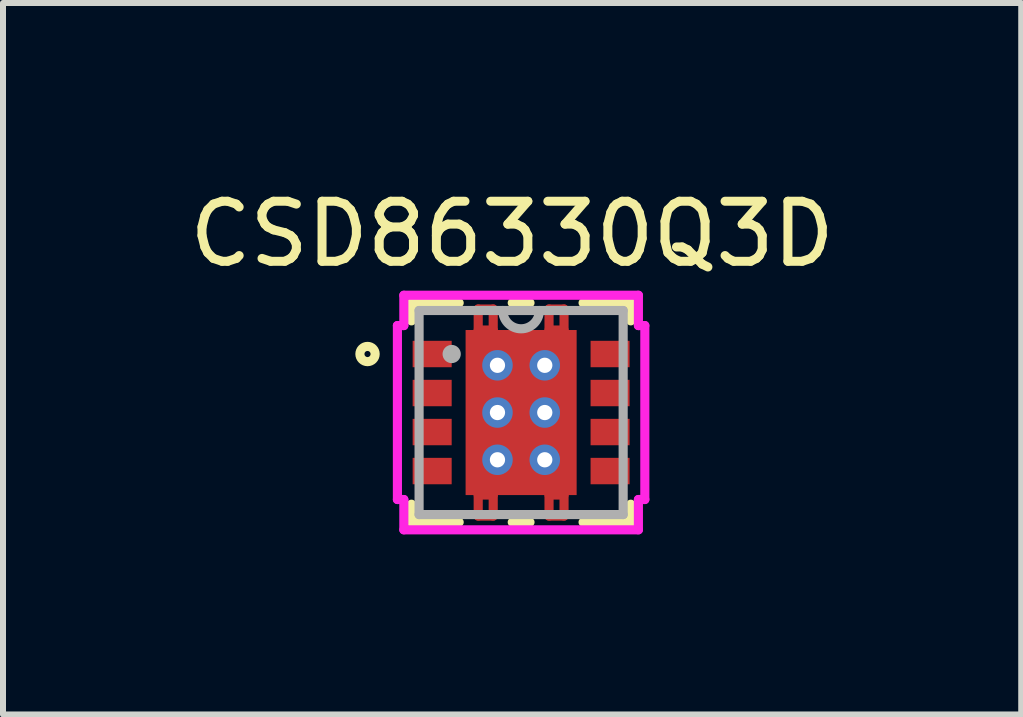
<source format=kicad_pcb>
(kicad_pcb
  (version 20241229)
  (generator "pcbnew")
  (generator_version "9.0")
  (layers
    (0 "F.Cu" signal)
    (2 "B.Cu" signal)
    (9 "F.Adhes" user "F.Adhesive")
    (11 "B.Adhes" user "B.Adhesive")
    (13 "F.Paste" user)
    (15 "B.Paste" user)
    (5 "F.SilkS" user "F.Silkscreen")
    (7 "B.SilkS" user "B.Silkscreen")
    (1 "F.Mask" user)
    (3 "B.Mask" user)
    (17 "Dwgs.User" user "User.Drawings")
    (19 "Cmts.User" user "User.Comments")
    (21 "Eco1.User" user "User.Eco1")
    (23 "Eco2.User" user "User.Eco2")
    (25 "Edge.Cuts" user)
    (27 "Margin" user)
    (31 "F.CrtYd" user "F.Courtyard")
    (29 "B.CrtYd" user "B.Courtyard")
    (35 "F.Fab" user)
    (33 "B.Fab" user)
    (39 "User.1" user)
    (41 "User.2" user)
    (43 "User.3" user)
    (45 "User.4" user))
  (footprint "CSD86330Q3D"
    (layer "F.Cu")
    (at 5.632 3.823)
    (property "Reference" "CSD86330Q3D" (at -0.15 -2.975 0) (layer "F.SilkS") (effects (font (size 1 1) (thickness 0.15))))
    (attr through_hole)
    (fp_line (start -0.715 -1.725) (end -0.715 -1.375) (stroke (width 0.152) (type solid)) (layer "F.Cu"))
    (fp_line (start -0.715 -1.375) (end -0.465 -1.375) (stroke (width 0.152) (type solid)) (layer "F.Cu"))
    (fp_line (start -0.715 1.375) (end -0.465 1.375) (stroke (width 0.152) (type solid)) (layer "F.Cu"))
    (fp_line (start -0.715 1.725) (end -0.715 1.375) (stroke (width 0.152) (type solid)) (layer "F.Cu"))
    (fp_line (start -0.465 -1.725) (end -0.715 -1.725) (stroke (width 0.152) (type solid)) (layer "F.Cu"))
    (fp_line (start -0.465 -1.375) (end -0.465 -1.725) (stroke (width 0.152) (type solid)) (layer "F.Cu"))
    (fp_line (start -0.465 1.375) (end -0.465 1.725) (stroke (width 0.152) (type solid)) (layer "F.Cu"))
    (fp_line (start -0.465 1.725) (end -0.715 1.725) (stroke (width 0.152) (type solid)) (layer "F.Cu"))
    (fp_line (start 0.465 -1.725) (end 0.715 -1.725) (stroke (width 0.152) (type solid)) (layer "F.Cu"))
    (fp_line (start 0.465 -1.375) (end 0.465 -1.725) (stroke (width 0.152) (type solid)) (layer "F.Cu"))
    (fp_line (start 0.465 1.375) (end 0.465 1.725) (stroke (width 0.152) (type solid)) (layer "F.Cu"))
    (fp_line (start 0.465 1.725) (end 0.715 1.725) (stroke (width 0.152) (type solid)) (layer "F.Cu"))
    (fp_line (start 0.715 -1.725) (end 0.715 -1.375) (stroke (width 0.152) (type solid)) (layer "F.Cu"))
    (fp_line (start 0.715 -1.375) (end 0.465 -1.375) (stroke (width 0.152) (type solid)) (layer "F.Cu"))
    (fp_line (start 0.715 1.375) (end 0.465 1.375) (stroke (width 0.152) (type solid)) (layer "F.Cu"))
    (fp_line (start 0.715 1.725) (end 0.715 1.375) (stroke (width 0.152) (type solid)) (layer "F.Cu"))
    (fp_line (start -0.989 -1.438) (end -0.594 -1.438) (stroke (width 0.152) (type solid)) (layer "F.Mask"))
    (fp_line (start -0.989 -1.438) (end 0.989 -1.438) (stroke (width 0.152) (type solid)) (layer "F.Mask"))
    (fp_line (start -0.989 -0.987) (end -0.989 -1.438) (stroke (width 0.152) (type solid)) (layer "F.Mask"))
    (fp_line (start -0.989 -0.587) (end 0.989 -0.587) (stroke (width 0.152) (type solid)) (layer "F.Mask"))
    (fp_line (start -0.989 -0.2) (end -0.989 -0.587) (stroke (width 0.152) (type solid)) (layer "F.Mask"))
    (fp_line (start -0.989 0.2) (end 0.989 0.2) (stroke (width 0.152) (type solid)) (layer "F.Mask"))
    (fp_line (start -0.989 0.587) (end -0.989 0.2) (stroke (width 0.152) (type solid)) (layer "F.Mask"))
    (fp_line (start -0.989 0.987) (end 0.989 0.987) (stroke (width 0.152) (type solid)) (layer "F.Mask"))
    (fp_line (start -0.989 1.438) (end -0.989 -1.438) (stroke (width 0.152) (type solid)) (layer "F.Mask"))
    (fp_line (start -0.989 1.438) (end -0.989 0.987) (stroke (width 0.152) (type solid)) (layer "F.Mask"))
    (fp_line (start -0.715 -1.725) (end -0.715 -1.375) (stroke (width 0.152) (type solid)) (layer "F.Mask"))
    (fp_line (start -0.715 -1.375) (end -0.465 -1.375) (stroke (width 0.152) (type solid)) (layer "F.Mask"))
    (fp_line (start -0.715 1.375) (end -0.465 1.375) (stroke (width 0.152) (type solid)) (layer "F.Mask"))
    (fp_line (start -0.715 1.725) (end -0.715 1.375) (stroke (width 0.152) (type solid)) (layer "F.Mask"))
    (fp_line (start -0.594 -1.438) (end -0.594 1.438) (stroke (width 0.152) (type solid)) (layer "F.Mask"))
    (fp_line (start -0.594 1.438) (end -0.989 1.438) (stroke (width 0.152) (type solid)) (layer "F.Mask"))
    (fp_line (start -0.465 -1.725) (end -0.715 -1.725) (stroke (width 0.152) (type solid)) (layer "F.Mask"))
    (fp_line (start -0.465 -1.375) (end -0.465 -1.725) (stroke (width 0.152) (type solid)) (layer "F.Mask"))
    (fp_line (start -0.465 1.375) (end -0.465 1.725) (stroke (width 0.152) (type solid)) (layer "F.Mask"))
    (fp_line (start -0.465 1.725) (end -0.715 1.725) (stroke (width 0.152) (type solid)) (layer "F.Mask"))
    (fp_line (start -0.194 -1.438) (end -0.194 1.438) (stroke (width 0.152) (type solid)) (layer "F.Mask"))
    (fp_line (start -0.194 1.438) (end 0.194 1.438) (stroke (width 0.152) (type solid)) (layer "F.Mask"))
    (fp_line (start 0.194 -1.438) (end -0.194 -1.438) (stroke (width 0.152) (type solid)) (layer "F.Mask"))
    (fp_line (start 0.194 1.438) (end 0.194 -1.438) (stroke (width 0.152) (type solid)) (layer "F.Mask"))
    (fp_line (start 0.465 -1.725) (end 0.715 -1.725) (stroke (width 0.152) (type solid)) (layer "F.Mask"))
    (fp_line (start 0.465 -1.375) (end 0.465 -1.725) (stroke (width 0.152) (type solid)) (layer "F.Mask"))
    (fp_line (start 0.465 1.375) (end 0.465 1.725) (stroke (width 0.152) (type solid)) (layer "F.Mask"))
    (fp_line (start 0.465 1.725) (end 0.715 1.725) (stroke (width 0.152) (type solid)) (layer "F.Mask"))
    (fp_line (start 0.594 -1.438) (end 0.989 -1.438) (stroke (width 0.152) (type solid)) (layer "F.Mask"))
    (fp_line (start 0.594 1.438) (end 0.594 -1.438) (stroke (width 0.152) (type solid)) (layer "F.Mask"))
    (fp_line (start 0.715 -1.725) (end 0.715 -1.375) (stroke (width 0.152) (type solid)) (layer "F.Mask"))
    (fp_line (start 0.715 -1.375) (end 0.465 -1.375) (stroke (width 0.152) (type solid)) (layer "F.Mask"))
    (fp_line (start 0.715 1.375) (end 0.465 1.375) (stroke (width 0.152) (type solid)) (layer "F.Mask"))
    (fp_line (start 0.715 1.725) (end 0.715 1.375) (stroke (width 0.152) (type solid)) (layer "F.Mask"))
    (fp_line (start 0.989 -1.438) (end 0.989 -0.987) (stroke (width 0.152) (type solid)) (layer "F.Mask"))
    (fp_line (start 0.989 -1.438) (end 0.989 1.438) (stroke (width 0.152) (type solid)) (layer "F.Mask"))
    (fp_line (start 0.989 -0.987) (end -0.989 -0.987) (stroke (width 0.152) (type solid)) (layer "F.Mask"))
    (fp_line (start 0.989 -0.587) (end 0.989 -0.2) (stroke (width 0.152) (type solid)) (layer "F.Mask"))
    (fp_line (start 0.989 -0.2) (end -0.989 -0.2) (stroke (width 0.152) (type solid)) (layer "F.Mask"))
    (fp_line (start 0.989 0.2) (end 0.989 0.587) (stroke (width 0.152) (type solid)) (layer "F.Mask"))
    (fp_line (start 0.989 0.587) (end -0.989 0.587) (stroke (width 0.152) (type solid)) (layer "F.Mask"))
    (fp_line (start 0.989 0.987) (end 0.989 1.438) (stroke (width 0.152) (type solid)) (layer "F.Mask"))
    (fp_line (start 0.989 1.438) (end -0.989 1.438) (stroke (width 0.152) (type solid)) (layer "F.Mask"))
    (fp_line (start 0.989 1.438) (end 0.594 1.438) (stroke (width 0.152) (type solid)) (layer "F.Mask"))
    (fp_line (start -1.827 -1.827) (end -1.827 -1.527) (stroke (width 0.152) (type solid)) (layer "F.SilkS"))
    (fp_line (start -1.827 1.527) (end -1.827 1.827) (stroke (width 0.152) (type solid)) (layer "F.SilkS"))
    (fp_line (start -1.827 1.827) (end -1.032 1.827) (stroke (width 0.152) (type solid)) (layer "F.SilkS"))
    (fp_line (start -1.032 -1.827) (end -1.827 -1.827) (stroke (width 0.152) (type solid)) (layer "F.SilkS"))
    (fp_line (start -0.148 1.827) (end 0.148 1.827) (stroke (width 0.152) (type solid)) (layer "F.SilkS"))
    (fp_line (start 0.148 -1.827) (end -0.148 -1.827) (stroke (width 0.152) (type solid)) (layer "F.SilkS"))
    (fp_line (start 1.032 1.827) (end 1.827 1.827) (stroke (width 0.152) (type solid)) (layer "F.SilkS"))
    (fp_line (start 1.827 -1.827) (end 1.032 -1.827) (stroke (width 0.152) (type solid)) (layer "F.SilkS"))
    (fp_line (start 1.827 -1.527) (end 1.827 -1.827) (stroke (width 0.152) (type solid)) (layer "F.SilkS"))
    (fp_line (start 1.827 1.827) (end 1.827 1.527) (stroke (width 0.152) (type solid)) (layer "F.SilkS"))
    (fp_circle (center -2.559 -0.975) (end -2.432 -0.975) (stroke (width 0.152) (type solid)) (fill no) (layer "F.SilkS"))
    (fp_line (start -0.85 -1.3) (end -0.85 -0.887) (stroke (width 0.152) (type solid)) (layer "F.Paste"))
    (fp_line (start -0.85 -0.887) (end -0.635 -0.887) (stroke (width 0.152) (type solid)) (layer "F.Paste"))
    (fp_line (start -0.85 -0.687) (end -0.85 -0.1) (stroke (width 0.152) (type solid)) (layer "F.Paste"))
    (fp_line (start -0.85 -0.1) (end -0.635 -0.1) (stroke (width 0.152) (type solid)) (layer "F.Paste"))
    (fp_line (start -0.85 0.1) (end -0.85 0.687) (stroke (width 0.152) (type solid)) (layer "F.Paste"))
    (fp_line (start -0.85 0.687) (end -0.635 0.687) (stroke (width 0.152) (type solid)) (layer "F.Paste"))
    (fp_line (start -0.85 0.887) (end -0.85 1.3) (stroke (width 0.152) (type solid)) (layer "F.Paste"))
    (fp_line (start -0.85 1.3) (end -0.494 1.3) (stroke (width 0.152) (type solid)) (layer "F.Paste"))
    (fp_line (start -0.664 -1.674) (end -0.664 -1.426) (stroke (width 0.152) (type solid)) (layer "F.Paste"))
    (fp_line (start -0.664 -1.426) (end -0.516 -1.426) (stroke (width 0.152) (type solid)) (layer "F.Paste"))
    (fp_line (start -0.664 1.426) (end -0.516 1.426) (stroke (width 0.152) (type solid)) (layer "F.Paste"))
    (fp_line (start -0.664 1.674) (end -0.664 1.426) (stroke (width 0.152) (type solid)) (layer "F.Paste"))
    (fp_line (start -0.635 -0.887) (end -0.635 -0.887) (stroke (width 0.152) (type solid)) (layer "F.Paste"))
    (fp_line (start -0.635 -0.887) (end -0.494 -1.029) (stroke (width 0.152) (type solid)) (layer "F.Paste"))
    (fp_line (start -0.635 -0.687) (end -0.85 -0.687) (stroke (width 0.152) (type solid)) (layer "F.Paste"))
    (fp_line (start -0.635 -0.687) (end -0.635 -0.687) (stroke (width 0.152) (type solid)) (layer "F.Paste"))
    (fp_line (start -0.635 -0.1) (end -0.635 -0.1) (stroke (width 0.152) (type solid)) (layer "F.Paste"))
    (fp_line (start -0.635 -0.1) (end -0.494 -0.241) (stroke (width 0.152) (type solid)) (layer "F.Paste"))
    (fp_line (start -0.635 0.1) (end -0.85 0.1) (stroke (width 0.152) (type solid)) (layer "F.Paste"))
    (fp_line (start -0.635 0.1) (end -0.635 0.1) (stroke (width 0.152) (type solid)) (layer "F.Paste"))
    (fp_line (start -0.635 0.687) (end -0.635 0.687) (stroke (width 0.152) (type solid)) (layer "F.Paste"))
    (fp_line (start -0.635 0.687) (end -0.494 0.546) (stroke (width 0.152) (type solid)) (layer "F.Paste"))
    (fp_line (start -0.635 0.887) (end -0.85 0.887) (stroke (width 0.152) (type solid)) (layer "F.Paste"))
    (fp_line (start -0.635 0.887) (end -0.635 0.887) (stroke (width 0.152) (type solid)) (layer "F.Paste"))
    (fp_line (start -0.516 -1.674) (end -0.664 -1.674) (stroke (width 0.152) (type solid)) (layer "F.Paste"))
    (fp_line (start -0.516 -1.426) (end -0.516 -1.674) (stroke (width 0.152) (type solid)) (layer "F.Paste"))
    (fp_line (start -0.516 1.426) (end -0.516 1.674) (stroke (width 0.152) (type solid)) (layer "F.Paste"))
    (fp_line (start -0.516 1.674) (end -0.664 1.674) (stroke (width 0.152) (type solid)) (layer "F.Paste"))
    (fp_line (start -0.494 -1.3) (end -0.85 -1.3) (stroke (width 0.152) (type solid)) (layer "F.Paste"))
    (fp_line (start -0.494 -1.029) (end -0.494 -1.3) (stroke (width 0.152) (type solid)) (layer "F.Paste"))
    (fp_line (start -0.494 -1.029) (end -0.494 -1.029) (stroke (width 0.152) (type solid)) (layer "F.Paste"))
    (fp_line (start -0.494 -0.546) (end -0.635 -0.687) (stroke (width 0.152) (type solid)) (layer "F.Paste"))
    (fp_line (start -0.494 -0.546) (end -0.494 -0.546) (stroke (width 0.152) (type solid)) (layer "F.Paste"))
    (fp_line (start -0.494 -0.241) (end -0.494 -0.546) (stroke (width 0.152) (type solid)) (layer "F.Paste"))
    (fp_line (start -0.494 -0.241) (end -0.494 -0.241) (stroke (width 0.152) (type solid)) (layer "F.Paste"))
    (fp_line (start -0.494 0.241) (end -0.635 0.1) (stroke (width 0.152) (type solid)) (layer "F.Paste"))
    (fp_line (start -0.494 0.241) (end -0.494 0.241) (stroke (width 0.152) (type solid)) (layer "F.Paste"))
    (fp_line (start -0.494 0.546) (end -0.494 0.241) (stroke (width 0.152) (type solid)) (layer "F.Paste"))
    (fp_line (start -0.494 0.546) (end -0.494 0.546) (stroke (width 0.152) (type solid)) (layer "F.Paste"))
    (fp_line (start -0.494 1.029) (end -0.635 0.887) (stroke (width 0.152) (type solid)) (layer "F.Paste"))
    (fp_line (start -0.494 1.029) (end -0.494 1.029) (stroke (width 0.152) (type solid)) (layer "F.Paste"))
    (fp_line (start -0.494 1.3) (end -0.494 1.029) (stroke (width 0.152) (type solid)) (layer "F.Paste"))
    (fp_line (start -0.294 -1.3) (end -0.294 -1.029) (stroke (width 0.152) (type solid)) (layer "F.Paste"))
    (fp_line (start -0.294 -1.029) (end -0.294 -1.029) (stroke (width 0.152) (type solid)) (layer "F.Paste"))
    (fp_line (start -0.294 -1.029) (end -0.152 -0.887) (stroke (width 0.152) (type solid)) (layer "F.Paste"))
    (fp_line (start -0.294 -0.546) (end -0.294 -0.546) (stroke (width 0.152) (type solid)) (layer "F.Paste"))
    (fp_line (start -0.294 -0.546) (end -0.294 -0.241) (stroke (width 0.152) (type solid)) (layer "F.Paste"))
    (fp_line (start -0.294 -0.241) (end -0.294 -0.241) (stroke (width 0.152) (type solid)) (layer "F.Paste"))
    (fp_line (start -0.294 -0.241) (end -0.152 -0.1) (stroke (width 0.152) (type solid)) (layer "F.Paste"))
    (fp_line (start -0.294 0.241) (end -0.294 0.241) (stroke (width 0.152) (type solid)) (layer "F.Paste"))
    (fp_line (start -0.294 0.241) (end -0.294 0.546) (stroke (width 0.152) (type solid)) (layer "F.Paste"))
    (fp_line (start -0.294 0.546) (end -0.294 0.546) (stroke (width 0.152) (type solid)) (layer "F.Paste"))
    (fp_line (start -0.294 0.546) (end -0.152 0.687) (stroke (width 0.152) (type solid)) (layer "F.Paste"))
    (fp_line (start -0.294 1.029) (end -0.294 1.029) (stroke (width 0.152) (type solid)) (layer "F.Paste"))
    (fp_line (start -0.294 1.029) (end -0.294 1.3) (stroke (width 0.152) (type solid)) (layer "F.Paste"))
    (fp_line (start -0.294 1.3) (end 0.294 1.3) (stroke (width 0.152) (type solid)) (layer "F.Paste"))
    (fp_line (start -0.152 -0.887) (end -0.152 -0.887) (stroke (width 0.152) (type solid)) (layer "F.Paste"))
    (fp_line (start -0.152 -0.887) (end 0.152 -0.887) (stroke (width 0.152) (type solid)) (layer "F.Paste"))
    (fp_line (start -0.152 -0.687) (end -0.294 -0.546) (stroke (width 0.152) (type solid)) (layer "F.Paste"))
    (fp_line (start -0.152 -0.687) (end -0.152 -0.687) (stroke (width 0.152) (type solid)) (layer "F.Paste"))
    (fp_line (start -0.152 -0.1) (end -0.152 -0.1) (stroke (width 0.152) (type solid)) (layer "F.Paste"))
    (fp_line (start -0.152 -0.1) (end 0.152 -0.1) (stroke (width 0.152) (type solid)) (layer "F.Paste"))
    (fp_line (start -0.152 0.1) (end -0.294 0.241) (stroke (width 0.152) (type solid)) (layer "F.Paste"))
    (fp_line (start -0.152 0.1) (end -0.152 0.1) (stroke (width 0.152) (type solid)) (layer "F.Paste"))
    (fp_line (start -0.152 0.687) (end -0.152 0.687) (stroke (width 0.152) (type solid)) (layer "F.Paste"))
    (fp_line (start -0.152 0.687) (end 0.152 0.687) (stroke (width 0.152) (type solid)) (layer "F.Paste"))
    (fp_line (start -0.152 0.887) (end -0.294 1.029) (stroke (width 0.152) (type solid)) (layer "F.Paste"))
    (fp_line (start -0.152 0.887) (end -0.152 0.887) (stroke (width 0.152) (type solid)) (layer "F.Paste"))
    (fp_line (start 0.152 -0.887) (end 0.152 -0.887) (stroke (width 0.152) (type solid)) (layer "F.Paste"))
    (fp_line (start 0.152 -0.887) (end 0.294 -1.029) (stroke (width 0.152) (type solid)) (layer "F.Paste"))
    (fp_line (start 0.152 -0.687) (end -0.152 -0.687) (stroke (width 0.152) (type solid)) (layer "F.Paste"))
    (fp_line (start 0.152 -0.687) (end 0.152 -0.687) (stroke (width 0.152) (type solid)) (layer "F.Paste"))
    (fp_line (start 0.152 -0.1) (end 0.152 -0.1) (stroke (width 0.152) (type solid)) (layer "F.Paste"))
    (fp_line (start 0.152 -0.1) (end 0.294 -0.241) (stroke (width 0.152) (type solid)) (layer "F.Paste"))
    (fp_line (start 0.152 0.1) (end -0.152 0.1) (stroke (width 0.152) (type solid)) (layer "F.Paste"))
    (fp_line (start 0.152 0.1) (end 0.152 0.1) (stroke (width 0.152) (type solid)) (layer "F.Paste"))
    (fp_line (start 0.152 0.687) (end 0.152 0.687) (stroke (width 0.152) (type solid)) (layer "F.Paste"))
    (fp_line (start 0.152 0.687) (end 0.294 0.546) (stroke (width 0.152) (type solid)) (layer "F.Paste"))
    (fp_line (start 0.152 0.887) (end -0.152 0.887) (stroke (width 0.152) (type solid)) (layer "F.Paste"))
    (fp_line (start 0.152 0.887) (end 0.152 0.887) (stroke (width 0.152) (type solid)) (layer "F.Paste"))
    (fp_line (start 0.294 -1.3) (end -0.294 -1.3) (stroke (width 0.152) (type solid)) (layer "F.Paste"))
    (fp_line (start 0.294 -1.029) (end 0.294 -1.3) (stroke (width 0.152) (type solid)) (layer "F.Paste"))
    (fp_line (start 0.294 -1.029) (end 0.294 -1.029) (stroke (width 0.152) (type solid)) (layer "F.Paste"))
    (fp_line (start 0.294 -0.546) (end 0.152 -0.687) (stroke (width 0.152) (type solid)) (layer "F.Paste"))
    (fp_line (start 0.294 -0.546) (end 0.294 -0.546) (stroke (width 0.152) (type solid)) (layer "F.Paste"))
    (fp_line (start 0.294 -0.241) (end 0.294 -0.546) (stroke (width 0.152) (type solid)) (layer "F.Paste"))
    (fp_line (start 0.294 -0.241) (end 0.294 -0.241) (stroke (width 0.152) (type solid)) (layer "F.Paste"))
    (fp_line (start 0.294 0.241) (end 0.152 0.1) (stroke (width 0.152) (type solid)) (layer "F.Paste"))
    (fp_line (start 0.294 0.241) (end 0.294 0.241) (stroke (width 0.152) (type solid)) (layer "F.Paste"))
    (fp_line (start 0.294 0.546) (end 0.294 0.241) (stroke (width 0.152) (type solid)) (layer "F.Paste"))
    (fp_line (start 0.294 0.546) (end 0.294 0.546) (stroke (width 0.152) (type solid)) (layer "F.Paste"))
    (fp_line (start 0.294 1.029) (end 0.152 0.887) (stroke (width 0.152) (type solid)) (layer "F.Paste"))
    (fp_line (start 0.294 1.029) (end 0.294 1.029) (stroke (width 0.152) (type solid)) (layer "F.Paste"))
    (fp_line (start 0.294 1.3) (end 0.294 1.029) (stroke (width 0.152) (type solid)) (layer "F.Paste"))
    (fp_line (start 0.494 -1.3) (end 0.494 -1.029) (stroke (width 0.152) (type solid)) (layer "F.Paste"))
    (fp_line (start 0.494 -1.029) (end 0.494 -1.029) (stroke (width 0.152) (type solid)) (layer "F.Paste"))
    (fp_line (start 0.494 -1.029) (end 0.635 -0.887) (stroke (width 0.152) (type solid)) (layer "F.Paste"))
    (fp_line (start 0.494 -0.546) (end 0.494 -0.546) (stroke (width 0.152) (type solid)) (layer "F.Paste"))
    (fp_line (start 0.494 -0.546) (end 0.494 -0.241) (stroke (width 0.152) (type solid)) (layer "F.Paste"))
    (fp_line (start 0.494 -0.241) (end 0.494 -0.241) (stroke (width 0.152) (type solid)) (layer "F.Paste"))
    (fp_line (start 0.494 -0.241) (end 0.635 -0.1) (stroke (width 0.152) (type solid)) (layer "F.Paste"))
    (fp_line (start 0.494 0.241) (end 0.494 0.241) (stroke (width 0.152) (type solid)) (layer "F.Paste"))
    (fp_line (start 0.494 0.241) (end 0.494 0.546) (stroke (width 0.152) (type solid)) (layer "F.Paste"))
    (fp_line (start 0.494 0.546) (end 0.494 0.546) (stroke (width 0.152) (type solid)) (layer "F.Paste"))
    (fp_line (start 0.494 0.546) (end 0.635 0.687) (stroke (width 0.152) (type solid)) (layer "F.Paste"))
    (fp_line (start 0.494 1.029) (end 0.494 1.029) (stroke (width 0.152) (type solid)) (layer "F.Paste"))
    (fp_line (start 0.494 1.029) (end 0.494 1.3) (stroke (width 0.152) (type solid)) (layer "F.Paste"))
    (fp_line (start 0.494 1.3) (end 0.85 1.3) (stroke (width 0.152) (type solid)) (layer "F.Paste"))
    (fp_line (start 0.516 -1.674) (end 0.664 -1.674) (stroke (width 0.152) (type solid)) (layer "F.Paste"))
    (fp_line (start 0.516 -1.426) (end 0.516 -1.674) (stroke (width 0.152) (type solid)) (layer "F.Paste"))
    (fp_line (start 0.516 1.426) (end 0.516 1.674) (stroke (width 0.152) (type solid)) (layer "F.Paste"))
    (fp_line (start 0.516 1.674) (end 0.664 1.674) (stroke (width 0.152) (type solid)) (layer "F.Paste"))
    (fp_line (start 0.635 -0.887) (end 0.635 -0.887) (stroke (width 0.152) (type solid)) (layer "F.Paste"))
    (fp_line (start 0.635 -0.887) (end 0.85 -0.887) (stroke (width 0.152) (type solid)) (layer "F.Paste"))
    (fp_line (start 0.635 -0.687) (end 0.494 -0.546) (stroke (width 0.152) (type solid)) (layer "F.Paste"))
    (fp_line (start 0.635 -0.687) (end 0.635 -0.687) (stroke (width 0.152) (type solid)) (layer "F.Paste"))
    (fp_line (start 0.635 -0.1) (end 0.635 -0.1) (stroke (width 0.152) (type solid)) (layer "F.Paste"))
    (fp_line (start 0.635 -0.1) (end 0.85 -0.1) (stroke (width 0.152) (type solid)) (layer "F.Paste"))
    (fp_line (start 0.635 0.1) (end 0.494 0.241) (stroke (width 0.152) (type solid)) (layer "F.Paste"))
    (fp_line (start 0.635 0.1) (end 0.635 0.1) (stroke (width 0.152) (type solid)) (layer "F.Paste"))
    (fp_line (start 0.635 0.687) (end 0.635 0.687) (stroke (width 0.152) (type solid)) (layer "F.Paste"))
    (fp_line (start 0.635 0.687) (end 0.85 0.687) (stroke (width 0.152) (type solid)) (layer "F.Paste"))
    (fp_line (start 0.635 0.887) (end 0.494 1.029) (stroke (width 0.152) (type solid)) (layer "F.Paste"))
    (fp_line (start 0.635 0.887) (end 0.635 0.887) (stroke (width 0.152) (type solid)) (layer "F.Paste"))
    (fp_line (start 0.664 -1.674) (end 0.664 -1.426) (stroke (width 0.152) (type solid)) (layer "F.Paste"))
    (fp_line (start 0.664 -1.426) (end 0.516 -1.426) (stroke (width 0.152) (type solid)) (layer "F.Paste"))
    (fp_line (start 0.664 1.426) (end 0.516 1.426) (stroke (width 0.152) (type solid)) (layer "F.Paste"))
    (fp_line (start 0.664 1.674) (end 0.664 1.426) (stroke (width 0.152) (type solid)) (layer "F.Paste"))
    (fp_line (start 0.85 -1.3) (end 0.494 -1.3) (stroke (width 0.152) (type solid)) (layer "F.Paste"))
    (fp_line (start 0.85 -0.887) (end 0.85 -1.3) (stroke (width 0.152) (type solid)) (layer "F.Paste"))
    (fp_line (start 0.85 -0.687) (end 0.635 -0.687) (stroke (width 0.152) (type solid)) (layer "F.Paste"))
    (fp_line (start 0.85 -0.1) (end 0.85 -0.687) (stroke (width 0.152) (type solid)) (layer "F.Paste"))
    (fp_line (start 0.85 0.1) (end 0.635 0.1) (stroke (width 0.152) (type solid)) (layer "F.Paste"))
    (fp_line (start 0.85 0.687) (end 0.85 0.1) (stroke (width 0.152) (type solid)) (layer "F.Paste"))
    (fp_line (start 0.85 0.887) (end 0.635 0.887) (stroke (width 0.152) (type solid)) (layer "F.Paste"))
    (fp_line (start 0.85 1.3) (end 0.85 0.887) (stroke (width 0.152) (type solid)) (layer "F.Paste"))
    (fp_line (start -2.061 -1.449) (end -1.954 -1.449) (stroke (width 0.152) (type solid)) (layer "F.CrtYd"))
    (fp_line (start -2.061 1.449) (end -2.061 -1.449) (stroke (width 0.152) (type solid)) (layer "F.CrtYd"))
    (fp_line (start -1.954 -1.954) (end 1.954 -1.954) (stroke (width 0.152) (type solid)) (layer "F.CrtYd"))
    (fp_line (start -1.954 -1.449) (end -1.954 -1.954) (stroke (width 0.152) (type solid)) (layer "F.CrtYd"))
    (fp_line (start -1.954 1.449) (end -2.061 1.449) (stroke (width 0.152) (type solid)) (layer "F.CrtYd"))
    (fp_line (start -1.954 1.954) (end -1.954 1.449) (stroke (width 0.152) (type solid)) (layer "F.CrtYd"))
    (fp_line (start 1.954 -1.954) (end 1.954 -1.449) (stroke (width 0.152) (type solid)) (layer "F.CrtYd"))
    (fp_line (start 1.954 -1.449) (end 2.061 -1.449) (stroke (width 0.152) (type solid)) (layer "F.CrtYd"))
    (fp_line (start 1.954 1.449) (end 1.954 1.954) (stroke (width 0.152) (type solid)) (layer "F.CrtYd"))
    (fp_line (start 1.954 1.954) (end -1.954 1.954) (stroke (width 0.152) (type solid)) (layer "F.CrtYd"))
    (fp_line (start 2.061 -1.449) (end 2.061 1.449) (stroke (width 0.152) (type solid)) (layer "F.CrtYd"))
    (fp_line (start 2.061 1.449) (end 1.954 1.449) (stroke (width 0.152) (type solid)) (layer "F.CrtYd"))
    (fp_line (start -1.7 -1.7) (end -1.7 1.7) (stroke (width 0.152) (type solid)) (layer "F.Fab"))
    (fp_line (start -1.7 1.7) (end 1.7 1.7) (stroke (width 0.152) (type solid)) (layer "F.Fab"))
    (fp_line (start 1.7 -1.7) (end -1.7 -1.7) (stroke (width 0.152) (type solid)) (layer "F.Fab"))
    (fp_line (start 1.7 1.7) (end 1.7 -1.7) (stroke (width 0.152) (type solid)) (layer "F.Fab"))
    (fp_arc (start 0.3048 -1.7) (mid 0 -1.3952) (end -0.3048 -1.7) (stroke (width 0.1524) (type solid)) (layer "F.Fab"))
    (fp_circle (center -1.157 -0.975) (end -1.081 -0.975) (stroke (width 0.152) (type solid)) (fill no) (layer "F.Fab"))
    (pad "1" smd rect (at -1.482 -0.975) (size 0.65 0.44) (layers "F.Cu" "F.Mask" "F.Paste"))
    (pad "2" smd rect (at -1.482 -0.325) (size 0.65 0.44) (layers "F.Cu" "F.Mask" "F.Paste"))
    (pad "3" smd rect (at -1.482 0.325) (size 0.65 0.44) (layers "F.Cu" "F.Mask" "F.Paste"))
    (pad "4" smd rect (at -1.482 0.975) (size 0.65 0.44) (layers "F.Cu" "F.Mask" "F.Paste"))
    (pad "5" smd rect (at 1.482 0.975) (size 0.65 0.44) (layers "F.Cu" "F.Mask" "F.Paste"))
    (pad "6" smd rect (at 1.482 0.325) (size 0.65 0.44) (layers "F.Cu" "F.Mask" "F.Paste"))
    (pad "7" smd rect (at 1.482 -0.325) (size 0.65 0.44) (layers "F.Cu" "F.Mask" "F.Paste"))
    (pad "8" smd rect (at 1.482 -0.975) (size 0.65 0.44) (layers "F.Cu" "F.Mask" "F.Paste"))
    (pad "9" thru_hole circle (at -0.394 -0.787) (size 0.508 0.508) (drill 0.254) (layers "*.Cu" "*.Mask"))
    (pad "9" thru_hole circle (at -0.394 0) (size 0.508 0.508) (drill 0.254) (layers "*.Cu" "*.Mask"))
    (pad "9" thru_hole circle (at -0.394 0.787) (size 0.508 0.508) (drill 0.254) (layers "*.Cu" "*.Mask"))
    (pad "9" smd rect (at 0 0) (size 1.85 2.75) (layers "F.Cu" "F.Mask" "F.Paste"))
    (pad "9" thru_hole circle (at 0.394 -0.787) (size 0.508 0.508) (drill 0.254) (layers "*.Cu" "*.Mask"))
    (pad "9" thru_hole circle (at 0.394 0) (size 0.508 0.508) (drill 0.254) (layers "*.Cu" "*.Mask"))
    (pad "9" thru_hole circle (at 0.394 0.787) (size 0.508 0.508) (drill 0.254) (layers "*.Cu" "*.Mask")))
  (gr_rect
    (start -3 -3)
    (end 13.964 8.853)
    (stroke (width 0.1) (type default))
    (fill no)
    (layer "Edge.Cuts")))
</source>
